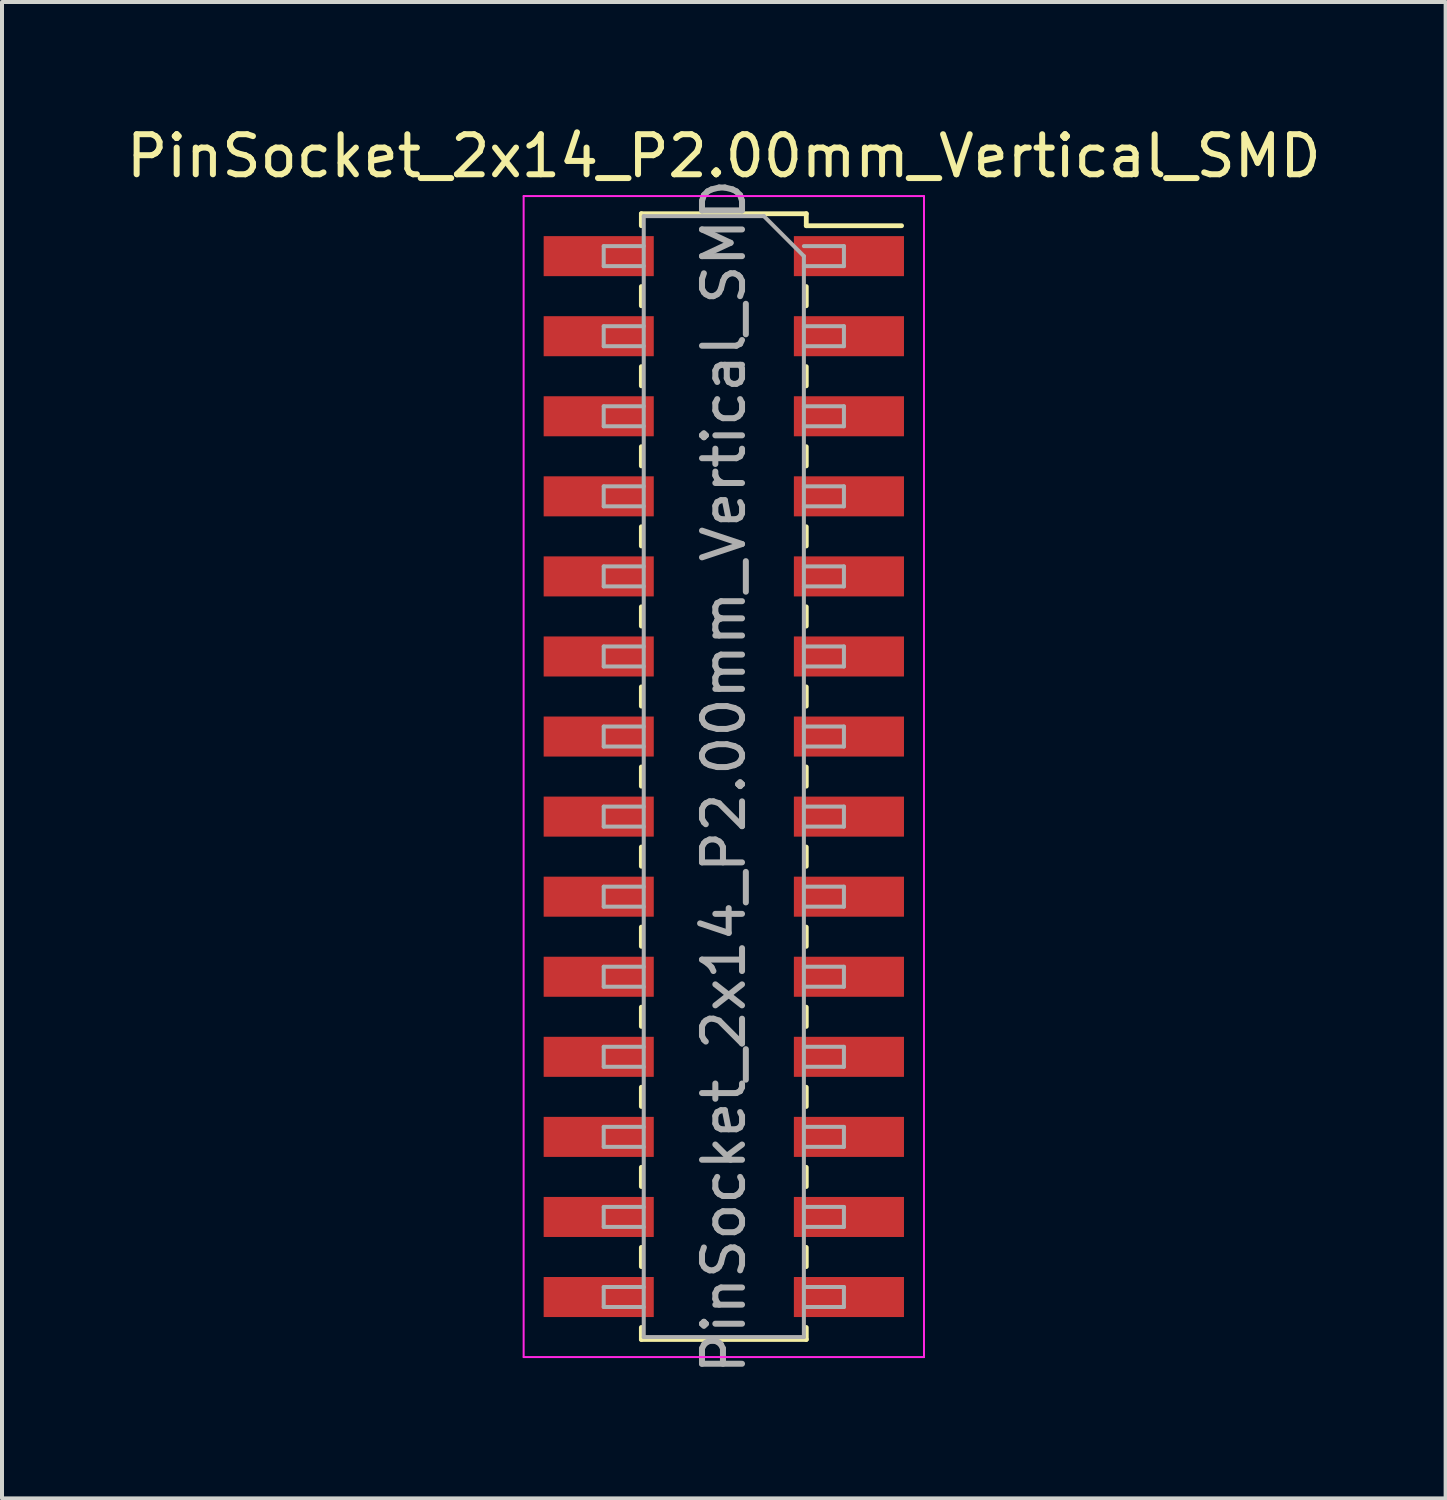
<source format=kicad_pcb>
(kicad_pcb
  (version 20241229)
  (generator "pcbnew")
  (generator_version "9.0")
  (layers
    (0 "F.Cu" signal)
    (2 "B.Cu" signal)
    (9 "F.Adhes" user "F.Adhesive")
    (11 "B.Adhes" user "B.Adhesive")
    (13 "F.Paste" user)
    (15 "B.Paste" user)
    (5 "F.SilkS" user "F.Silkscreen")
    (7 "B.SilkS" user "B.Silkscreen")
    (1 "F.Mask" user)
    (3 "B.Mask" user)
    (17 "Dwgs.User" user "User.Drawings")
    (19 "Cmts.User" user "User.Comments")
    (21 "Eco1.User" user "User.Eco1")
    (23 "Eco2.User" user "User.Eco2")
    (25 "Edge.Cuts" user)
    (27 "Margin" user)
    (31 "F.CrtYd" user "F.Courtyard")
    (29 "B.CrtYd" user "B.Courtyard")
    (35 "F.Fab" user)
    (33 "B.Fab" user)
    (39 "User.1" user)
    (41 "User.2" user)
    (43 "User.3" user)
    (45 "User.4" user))
  (footprint "PinSocket_2x14_P2.00mm_Vertical_SMD"
    (layer "F.Cu")
    (at 15.03 16.348)
    (property "Reference" "PinSocket_2x14_P2.00mm_Vertical_SMD" (at 0 -15.5 0) (layer "F.SilkS") (effects (font (size 1 1) (thickness 0.15))))
    (attr smd)
    (fp_line (start -2.06 -14.06) (end -2.06 -13.76) (stroke (width 0.12) (type solid)) (layer "F.SilkS"))
    (fp_line (start -2.06 -14.06) (end 2.06 -14.06) (stroke (width 0.12) (type solid)) (layer "F.SilkS"))
    (fp_line (start -2.06 -12.24) (end -2.06 -11.76) (stroke (width 0.12) (type solid)) (layer "F.SilkS"))
    (fp_line (start -2.06 -10.24) (end -2.06 -9.76) (stroke (width 0.12) (type solid)) (layer "F.SilkS"))
    (fp_line (start -2.06 -8.24) (end -2.06 -7.76) (stroke (width 0.12) (type solid)) (layer "F.SilkS"))
    (fp_line (start -2.06 -6.24) (end -2.06 -5.76) (stroke (width 0.12) (type solid)) (layer "F.SilkS"))
    (fp_line (start -2.06 -4.24) (end -2.06 -3.76) (stroke (width 0.12) (type solid)) (layer "F.SilkS"))
    (fp_line (start -2.06 -2.24) (end -2.06 -1.76) (stroke (width 0.12) (type solid)) (layer "F.SilkS"))
    (fp_line (start -2.06 -0.24) (end -2.06 0.24) (stroke (width 0.12) (type solid)) (layer "F.SilkS"))
    (fp_line (start -2.06 1.76) (end -2.06 2.24) (stroke (width 0.12) (type solid)) (layer "F.SilkS"))
    (fp_line (start -2.06 3.76) (end -2.06 4.24) (stroke (width 0.12) (type solid)) (layer "F.SilkS"))
    (fp_line (start -2.06 5.76) (end -2.06 6.24) (stroke (width 0.12) (type solid)) (layer "F.SilkS"))
    (fp_line (start -2.06 7.76) (end -2.06 8.24) (stroke (width 0.12) (type solid)) (layer "F.SilkS"))
    (fp_line (start -2.06 9.76) (end -2.06 10.24) (stroke (width 0.12) (type solid)) (layer "F.SilkS"))
    (fp_line (start -2.06 11.76) (end -2.06 12.24) (stroke (width 0.12) (type solid)) (layer "F.SilkS"))
    (fp_line (start -2.06 13.76) (end -2.06 14.06) (stroke (width 0.12) (type solid)) (layer "F.SilkS"))
    (fp_line (start -2.06 14.06) (end 2.06 14.06) (stroke (width 0.12) (type solid)) (layer "F.SilkS"))
    (fp_line (start 2.06 -14.06) (end 2.06 -13.76) (stroke (width 0.12) (type solid)) (layer "F.SilkS"))
    (fp_line (start 2.06 -13.76) (end 4.44 -13.76) (stroke (width 0.12) (type solid)) (layer "F.SilkS"))
    (fp_line (start 2.06 -12.24) (end 2.06 -11.76) (stroke (width 0.12) (type solid)) (layer "F.SilkS"))
    (fp_line (start 2.06 -10.24) (end 2.06 -9.76) (stroke (width 0.12) (type solid)) (layer "F.SilkS"))
    (fp_line (start 2.06 -8.24) (end 2.06 -7.76) (stroke (width 0.12) (type solid)) (layer "F.SilkS"))
    (fp_line (start 2.06 -6.24) (end 2.06 -5.76) (stroke (width 0.12) (type solid)) (layer "F.SilkS"))
    (fp_line (start 2.06 -4.24) (end 2.06 -3.76) (stroke (width 0.12) (type solid)) (layer "F.SilkS"))
    (fp_line (start 2.06 -2.24) (end 2.06 -1.76) (stroke (width 0.12) (type solid)) (layer "F.SilkS"))
    (fp_line (start 2.06 -0.24) (end 2.06 0.24) (stroke (width 0.12) (type solid)) (layer "F.SilkS"))
    (fp_line (start 2.06 1.76) (end 2.06 2.24) (stroke (width 0.12) (type solid)) (layer "F.SilkS"))
    (fp_line (start 2.06 3.76) (end 2.06 4.24) (stroke (width 0.12) (type solid)) (layer "F.SilkS"))
    (fp_line (start 2.06 5.76) (end 2.06 6.24) (stroke (width 0.12) (type solid)) (layer "F.SilkS"))
    (fp_line (start 2.06 7.76) (end 2.06 8.24) (stroke (width 0.12) (type solid)) (layer "F.SilkS"))
    (fp_line (start 2.06 9.76) (end 2.06 10.24) (stroke (width 0.12) (type solid)) (layer "F.SilkS"))
    (fp_line (start 2.06 11.76) (end 2.06 12.24) (stroke (width 0.12) (type solid)) (layer "F.SilkS"))
    (fp_line (start 2.06 13.76) (end 2.06 14.06) (stroke (width 0.12) (type solid)) (layer "F.SilkS"))
    (fp_line (start -5 -14.5) (end 5 -14.5) (stroke (width 0.05) (type solid)) (layer "F.CrtYd"))
    (fp_line (start -5 14.5) (end -5 -14.5) (stroke (width 0.05) (type solid)) (layer "F.CrtYd"))
    (fp_line (start 5 -14.5) (end 5 14.5) (stroke (width 0.05) (type solid)) (layer "F.CrtYd"))
    (fp_line (start 5 14.5) (end -5 14.5) (stroke (width 0.05) (type solid)) (layer "F.CrtYd"))
    (fp_line (start -3 -13.25) (end -2 -13.25) (stroke (width 0.1) (type solid)) (layer "F.Fab"))
    (fp_line (start -3 -12.75) (end -3 -13.25) (stroke (width 0.1) (type solid)) (layer "F.Fab"))
    (fp_line (start -3 -11.25) (end -2 -11.25) (stroke (width 0.1) (type solid)) (layer "F.Fab"))
    (fp_line (start -3 -10.75) (end -3 -11.25) (stroke (width 0.1) (type solid)) (layer "F.Fab"))
    (fp_line (start -3 -9.25) (end -2 -9.25) (stroke (width 0.1) (type solid)) (layer "F.Fab"))
    (fp_line (start -3 -8.75) (end -3 -9.25) (stroke (width 0.1) (type solid)) (layer "F.Fab"))
    (fp_line (start -3 -7.25) (end -2 -7.25) (stroke (width 0.1) (type solid)) (layer "F.Fab"))
    (fp_line (start -3 -6.75) (end -3 -7.25) (stroke (width 0.1) (type solid)) (layer "F.Fab"))
    (fp_line (start -3 -5.25) (end -2 -5.25) (stroke (width 0.1) (type solid)) (layer "F.Fab"))
    (fp_line (start -3 -4.75) (end -3 -5.25) (stroke (width 0.1) (type solid)) (layer "F.Fab"))
    (fp_line (start -3 -3.25) (end -2 -3.25) (stroke (width 0.1) (type solid)) (layer "F.Fab"))
    (fp_line (start -3 -2.75) (end -3 -3.25) (stroke (width 0.1) (type solid)) (layer "F.Fab"))
    (fp_line (start -3 -1.25) (end -2 -1.25) (stroke (width 0.1) (type solid)) (layer "F.Fab"))
    (fp_line (start -3 -0.75) (end -3 -1.25) (stroke (width 0.1) (type solid)) (layer "F.Fab"))
    (fp_line (start -3 0.75) (end -2 0.75) (stroke (width 0.1) (type solid)) (layer "F.Fab"))
    (fp_line (start -3 1.25) (end -3 0.75) (stroke (width 0.1) (type solid)) (layer "F.Fab"))
    (fp_line (start -3 2.75) (end -2 2.75) (stroke (width 0.1) (type solid)) (layer "F.Fab"))
    (fp_line (start -3 3.25) (end -3 2.75) (stroke (width 0.1) (type solid)) (layer "F.Fab"))
    (fp_line (start -3 4.75) (end -2 4.75) (stroke (width 0.1) (type solid)) (layer "F.Fab"))
    (fp_line (start -3 5.25) (end -3 4.75) (stroke (width 0.1) (type solid)) (layer "F.Fab"))
    (fp_line (start -3 6.75) (end -2 6.75) (stroke (width 0.1) (type solid)) (layer "F.Fab"))
    (fp_line (start -3 7.25) (end -3 6.75) (stroke (width 0.1) (type solid)) (layer "F.Fab"))
    (fp_line (start -3 8.75) (end -2 8.75) (stroke (width 0.1) (type solid)) (layer "F.Fab"))
    (fp_line (start -3 9.25) (end -3 8.75) (stroke (width 0.1) (type solid)) (layer "F.Fab"))
    (fp_line (start -3 10.75) (end -2 10.75) (stroke (width 0.1) (type solid)) (layer "F.Fab"))
    (fp_line (start -3 11.25) (end -3 10.75) (stroke (width 0.1) (type solid)) (layer "F.Fab"))
    (fp_line (start -3 12.75) (end -2 12.75) (stroke (width 0.1) (type solid)) (layer "F.Fab"))
    (fp_line (start -3 13.25) (end -3 12.75) (stroke (width 0.1) (type solid)) (layer "F.Fab"))
    (fp_line (start -2 -14) (end 1 -14) (stroke (width 0.1) (type solid)) (layer "F.Fab"))
    (fp_line (start -2 -12.75) (end -3 -12.75) (stroke (width 0.1) (type solid)) (layer "F.Fab"))
    (fp_line (start -2 -10.75) (end -3 -10.75) (stroke (width 0.1) (type solid)) (layer "F.Fab"))
    (fp_line (start -2 -8.75) (end -3 -8.75) (stroke (width 0.1) (type solid)) (layer "F.Fab"))
    (fp_line (start -2 -6.75) (end -3 -6.75) (stroke (width 0.1) (type solid)) (layer "F.Fab"))
    (fp_line (start -2 -4.75) (end -3 -4.75) (stroke (width 0.1) (type solid)) (layer "F.Fab"))
    (fp_line (start -2 -2.75) (end -3 -2.75) (stroke (width 0.1) (type solid)) (layer "F.Fab"))
    (fp_line (start -2 -0.75) (end -3 -0.75) (stroke (width 0.1) (type solid)) (layer "F.Fab"))
    (fp_line (start -2 1.25) (end -3 1.25) (stroke (width 0.1) (type solid)) (layer "F.Fab"))
    (fp_line (start -2 3.25) (end -3 3.25) (stroke (width 0.1) (type solid)) (layer "F.Fab"))
    (fp_line (start -2 5.25) (end -3 5.25) (stroke (width 0.1) (type solid)) (layer "F.Fab"))
    (fp_line (start -2 7.25) (end -3 7.25) (stroke (width 0.1) (type solid)) (layer "F.Fab"))
    (fp_line (start -2 9.25) (end -3 9.25) (stroke (width 0.1) (type solid)) (layer "F.Fab"))
    (fp_line (start -2 11.25) (end -3 11.25) (stroke (width 0.1) (type solid)) (layer "F.Fab"))
    (fp_line (start -2 13.25) (end -3 13.25) (stroke (width 0.1) (type solid)) (layer "F.Fab"))
    (fp_line (start -2 14) (end -2 -14) (stroke (width 0.1) (type solid)) (layer "F.Fab"))
    (fp_line (start 1 -14) (end 2 -13) (stroke (width 0.1) (type solid)) (layer "F.Fab"))
    (fp_line (start 2 -13.25) (end 3 -13.25) (stroke (width 0.1) (type solid)) (layer "F.Fab"))
    (fp_line (start 2 -13) (end 2 14) (stroke (width 0.1) (type solid)) (layer "F.Fab"))
    (fp_line (start 2 -11.25) (end 3 -11.25) (stroke (width 0.1) (type solid)) (layer "F.Fab"))
    (fp_line (start 2 -9.25) (end 3 -9.25) (stroke (width 0.1) (type solid)) (layer "F.Fab"))
    (fp_line (start 2 -7.25) (end 3 -7.25) (stroke (width 0.1) (type solid)) (layer "F.Fab"))
    (fp_line (start 2 -5.25) (end 3 -5.25) (stroke (width 0.1) (type solid)) (layer "F.Fab"))
    (fp_line (start 2 -3.25) (end 3 -3.25) (stroke (width 0.1) (type solid)) (layer "F.Fab"))
    (fp_line (start 2 -1.25) (end 3 -1.25) (stroke (width 0.1) (type solid)) (layer "F.Fab"))
    (fp_line (start 2 0.75) (end 3 0.75) (stroke (width 0.1) (type solid)) (layer "F.Fab"))
    (fp_line (start 2 2.75) (end 3 2.75) (stroke (width 0.1) (type solid)) (layer "F.Fab"))
    (fp_line (start 2 4.75) (end 3 4.75) (stroke (width 0.1) (type solid)) (layer "F.Fab"))
    (fp_line (start 2 6.75) (end 3 6.75) (stroke (width 0.1) (type solid)) (layer "F.Fab"))
    (fp_line (start 2 8.75) (end 3 8.75) (stroke (width 0.1) (type solid)) (layer "F.Fab"))
    (fp_line (start 2 10.75) (end 3 10.75) (stroke (width 0.1) (type solid)) (layer "F.Fab"))
    (fp_line (start 2 12.75) (end 3 12.75) (stroke (width 0.1) (type solid)) (layer "F.Fab"))
    (fp_line (start 2 14) (end -2 14) (stroke (width 0.1) (type solid)) (layer "F.Fab"))
    (fp_line (start 3 -13.25) (end 3 -12.75) (stroke (width 0.1) (type solid)) (layer "F.Fab"))
    (fp_line (start 3 -12.75) (end 2 -12.75) (stroke (width 0.1) (type solid)) (layer "F.Fab"))
    (fp_line (start 3 -11.25) (end 3 -10.75) (stroke (width 0.1) (type solid)) (layer "F.Fab"))
    (fp_line (start 3 -10.75) (end 2 -10.75) (stroke (width 0.1) (type solid)) (layer "F.Fab"))
    (fp_line (start 3 -9.25) (end 3 -8.75) (stroke (width 0.1) (type solid)) (layer "F.Fab"))
    (fp_line (start 3 -8.75) (end 2 -8.75) (stroke (width 0.1) (type solid)) (layer "F.Fab"))
    (fp_line (start 3 -7.25) (end 3 -6.75) (stroke (width 0.1) (type solid)) (layer "F.Fab"))
    (fp_line (start 3 -6.75) (end 2 -6.75) (stroke (width 0.1) (type solid)) (layer "F.Fab"))
    (fp_line (start 3 -5.25) (end 3 -4.75) (stroke (width 0.1) (type solid)) (layer "F.Fab"))
    (fp_line (start 3 -4.75) (end 2 -4.75) (stroke (width 0.1) (type solid)) (layer "F.Fab"))
    (fp_line (start 3 -3.25) (end 3 -2.75) (stroke (width 0.1) (type solid)) (layer "F.Fab"))
    (fp_line (start 3 -2.75) (end 2 -2.75) (stroke (width 0.1) (type solid)) (layer "F.Fab"))
    (fp_line (start 3 -1.25) (end 3 -0.75) (stroke (width 0.1) (type solid)) (layer "F.Fab"))
    (fp_line (start 3 -0.75) (end 2 -0.75) (stroke (width 0.1) (type solid)) (layer "F.Fab"))
    (fp_line (start 3 0.75) (end 3 1.25) (stroke (width 0.1) (type solid)) (layer "F.Fab"))
    (fp_line (start 3 1.25) (end 2 1.25) (stroke (width 0.1) (type solid)) (layer "F.Fab"))
    (fp_line (start 3 2.75) (end 3 3.25) (stroke (width 0.1) (type solid)) (layer "F.Fab"))
    (fp_line (start 3 3.25) (end 2 3.25) (stroke (width 0.1) (type solid)) (layer "F.Fab"))
    (fp_line (start 3 4.75) (end 3 5.25) (stroke (width 0.1) (type solid)) (layer "F.Fab"))
    (fp_line (start 3 5.25) (end 2 5.25) (stroke (width 0.1) (type solid)) (layer "F.Fab"))
    (fp_line (start 3 6.75) (end 3 7.25) (stroke (width 0.1) (type solid)) (layer "F.Fab"))
    (fp_line (start 3 7.25) (end 2 7.25) (stroke (width 0.1) (type solid)) (layer "F.Fab"))
    (fp_line (start 3 8.75) (end 3 9.25) (stroke (width 0.1) (type solid)) (layer "F.Fab"))
    (fp_line (start 3 9.25) (end 2 9.25) (stroke (width 0.1) (type solid)) (layer "F.Fab"))
    (fp_line (start 3 10.75) (end 3 11.25) (stroke (width 0.1) (type solid)) (layer "F.Fab"))
    (fp_line (start 3 11.25) (end 2 11.25) (stroke (width 0.1) (type solid)) (layer "F.Fab"))
    (fp_line (start 3 12.75) (end 3 13.25) (stroke (width 0.1) (type solid)) (layer "F.Fab"))
    (fp_line (start 3 13.25) (end 2 13.25) (stroke (width 0.1) (type solid)) (layer "F.Fab"))
    (fp_text user "${REFERENCE}" (at 0 0 90) (layer "F.Fab") (effects (font (size 1 1) (thickness 0.15))))
    (pad "1" smd rect (at 3.125 -13) (size 2.75 1) (layers "F.Cu" "F.Mask" "F.Paste"))
    (pad "2" smd rect (at -3.125 -13) (size 2.75 1) (layers "F.Cu" "F.Mask" "F.Paste"))
    (pad "3" smd rect (at 3.125 -11) (size 2.75 1) (layers "F.Cu" "F.Mask" "F.Paste"))
    (pad "4" smd rect (at -3.125 -11) (size 2.75 1) (layers "F.Cu" "F.Mask" "F.Paste"))
    (pad "5" smd rect (at 3.125 -9) (size 2.75 1) (layers "F.Cu" "F.Mask" "F.Paste"))
    (pad "6" smd rect (at -3.125 -9) (size 2.75 1) (layers "F.Cu" "F.Mask" "F.Paste"))
    (pad "7" smd rect (at 3.125 -7) (size 2.75 1) (layers "F.Cu" "F.Mask" "F.Paste"))
    (pad "8" smd rect (at -3.125 -7) (size 2.75 1) (layers "F.Cu" "F.Mask" "F.Paste"))
    (pad "9" smd rect (at 3.125 -5) (size 2.75 1) (layers "F.Cu" "F.Mask" "F.Paste"))
    (pad "10" smd rect (at -3.125 -5) (size 2.75 1) (layers "F.Cu" "F.Mask" "F.Paste"))
    (pad "11" smd rect (at 3.125 -3) (size 2.75 1) (layers "F.Cu" "F.Mask" "F.Paste"))
    (pad "12" smd rect (at -3.125 -3) (size 2.75 1) (layers "F.Cu" "F.Mask" "F.Paste"))
    (pad "13" smd rect (at 3.125 -1) (size 2.75 1) (layers "F.Cu" "F.Mask" "F.Paste"))
    (pad "14" smd rect (at -3.125 -1) (size 2.75 1) (layers "F.Cu" "F.Mask" "F.Paste"))
    (pad "15" smd rect (at 3.125 1) (size 2.75 1) (layers "F.Cu" "F.Mask" "F.Paste"))
    (pad "16" smd rect (at -3.125 1) (size 2.75 1) (layers "F.Cu" "F.Mask" "F.Paste"))
    (pad "17" smd rect (at 3.125 3) (size 2.75 1) (layers "F.Cu" "F.Mask" "F.Paste"))
    (pad "18" smd rect (at -3.125 3) (size 2.75 1) (layers "F.Cu" "F.Mask" "F.Paste"))
    (pad "19" smd rect (at 3.125 5) (size 2.75 1) (layers "F.Cu" "F.Mask" "F.Paste"))
    (pad "20" smd rect (at -3.125 5) (size 2.75 1) (layers "F.Cu" "F.Mask" "F.Paste"))
    (pad "21" smd rect (at 3.125 7) (size 2.75 1) (layers "F.Cu" "F.Mask" "F.Paste"))
    (pad "22" smd rect (at -3.125 7) (size 2.75 1) (layers "F.Cu" "F.Mask" "F.Paste"))
    (pad "23" smd rect (at 3.125 9) (size 2.75 1) (layers "F.Cu" "F.Mask" "F.Paste"))
    (pad "24" smd rect (at -3.125 9) (size 2.75 1) (layers "F.Cu" "F.Mask" "F.Paste"))
    (pad "25" smd rect (at 3.125 11) (size 2.75 1) (layers "F.Cu" "F.Mask" "F.Paste"))
    (pad "26" smd rect (at -3.125 11) (size 2.75 1) (layers "F.Cu" "F.Mask" "F.Paste"))
    (pad "27" smd rect (at 3.125 13) (size 2.75 1) (layers "F.Cu" "F.Mask" "F.Paste"))
    (pad "28" smd rect (at -3.125 13) (size 2.75 1) (layers "F.Cu" "F.Mask" "F.Paste")))
  (gr_rect
    (start -3 -3)
    (end 33.06 34.378)
    (stroke (width 0.1) (type default))
    (fill no)
    (layer "Edge.Cuts")))
</source>
